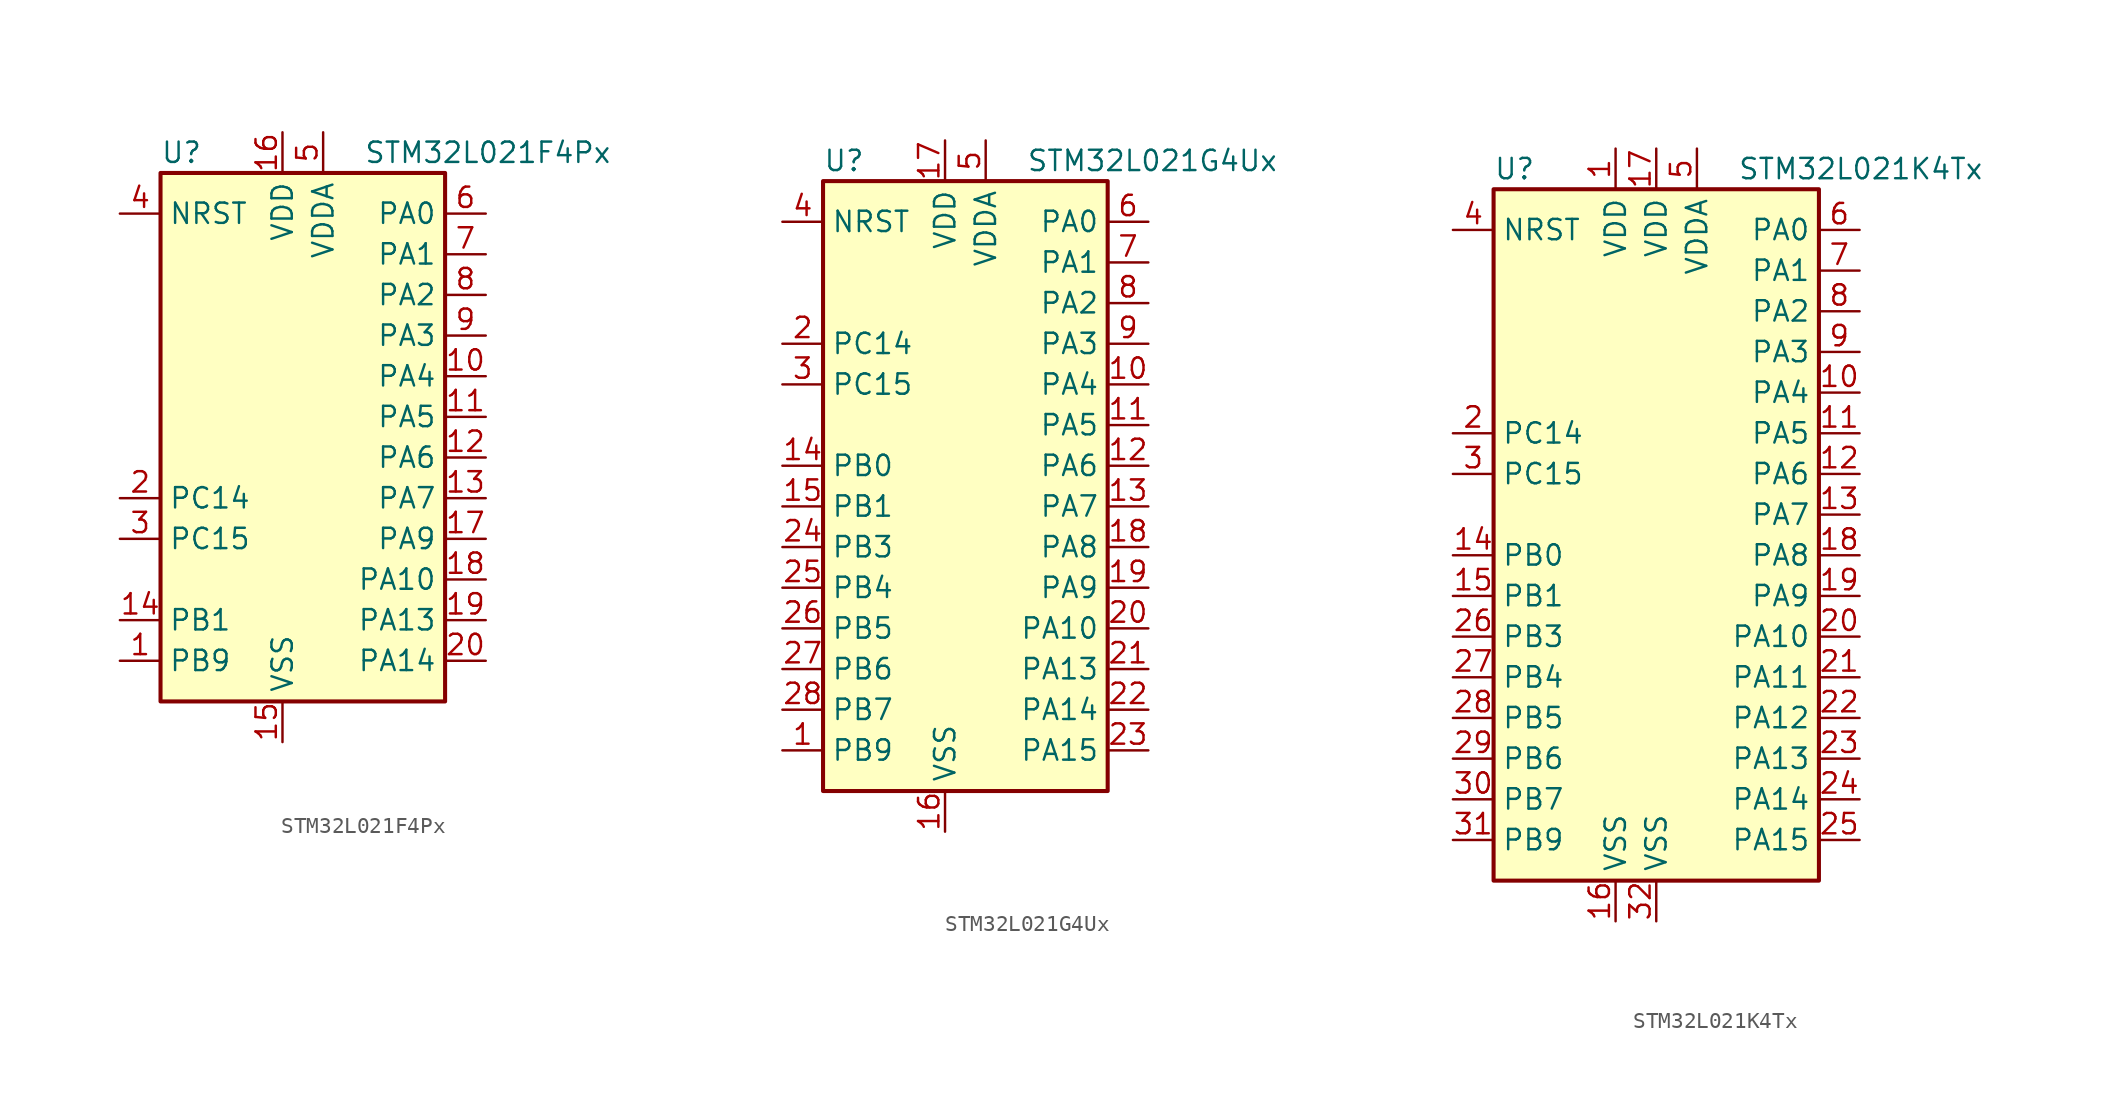
<source format=kicad_sym>
(kicad_symbol_lib
  (version 20201005)
  (generator kicad_symbol_editor)
  (symbol "STM32L021F4Px"
    (property "Reference" "U"
      (at -10.16 16.51 0)
      (effects (font (size 1.27 1.27)) (justify left)))
    (property "Value" "STM32L021F4Px"
      (at 2.54 16.51 0)
      (effects (font (size 1.27 1.27)) (justify left)))
    (symbol "STM32L021F4Px_0_1"
      (rectangle (start -10.16 -17.78) (end 7.62 15.24) (stroke (width 0.254)) (fill (type background))))
    (symbol "STM32L021F4Px_1_1"
      (pin input line (at -12.7 12.7 0) (length 2.54) (name "NRST" (effects (font (size 1.27 1.27)))) (number "4" (effects (font (size 1.27 1.27)))))
      (pin bidirectional line (at 10.16 12.7 180) (length 2.54) (name "PA0" (effects (font (size 1.27 1.27)))) (number "6" (effects (font (size 1.27 1.27)))))
      (pin bidirectional line (at 10.16 10.16 180) (length 2.54) (name "PA1" (effects (font (size 1.27 1.27)))) (number "7" (effects (font (size 1.27 1.27)))))
      (pin bidirectional line (at 10.16 -10.16 180) (length 2.54) (name "PA10" (effects (font (size 1.27 1.27)))) (number "18" (effects (font (size 1.27 1.27)))))
      (pin bidirectional line (at 10.16 -12.7 180) (length 2.54) (name "PA13" (effects (font (size 1.27 1.27)))) (number "19" (effects (font (size 1.27 1.27)))))
      (pin bidirectional line (at 10.16 -15.24 180) (length 2.54) (name "PA14" (effects (font (size 1.27 1.27)))) (number "20" (effects (font (size 1.27 1.27)))))
      (pin bidirectional line (at 10.16 7.62 180) (length 2.54) (name "PA2" (effects (font (size 1.27 1.27)))) (number "8" (effects (font (size 1.27 1.27)))))
      (pin bidirectional line (at 10.16 5.08 180) (length 2.54) (name "PA3" (effects (font (size 1.27 1.27)))) (number "9" (effects (font (size 1.27 1.27)))))
      (pin bidirectional line (at 10.16 2.54 180) (length 2.54) (name "PA4" (effects (font (size 1.27 1.27)))) (number "10" (effects (font (size 1.27 1.27)))))
      (pin bidirectional line (at 10.16 0 180) (length 2.54) (name "PA5" (effects (font (size 1.27 1.27)))) (number "11" (effects (font (size 1.27 1.27)))))
      (pin bidirectional line (at 10.16 -2.54 180) (length 2.54) (name "PA6" (effects (font (size 1.27 1.27)))) (number "12" (effects (font (size 1.27 1.27)))))
      (pin bidirectional line (at 10.16 -5.08 180) (length 2.54) (name "PA7" (effects (font (size 1.27 1.27)))) (number "13" (effects (font (size 1.27 1.27)))))
      (pin bidirectional line (at 10.16 -7.62 180) (length 2.54) (name "PA9" (effects (font (size 1.27 1.27)))) (number "17" (effects (font (size 1.27 1.27)))))
      (pin bidirectional line (at -12.7 -12.7 0) (length 2.54) (name "PB1" (effects (font (size 1.27 1.27)))) (number "14" (effects (font (size 1.27 1.27)))))
      (pin bidirectional line (at -12.7 -15.24 0) (length 2.54) (name "PB9" (effects (font (size 1.27 1.27)))) (number "1" (effects (font (size 1.27 1.27)))))
      (pin bidirectional line (at -12.7 -5.08 0) (length 2.54) (name "PC14" (effects (font (size 1.27 1.27)))) (number "2" (effects (font (size 1.27 1.27)))))
      (pin bidirectional line (at -12.7 -7.62 0) (length 2.54) (name "PC15" (effects (font (size 1.27 1.27)))) (number "3" (effects (font (size 1.27 1.27)))))
      (pin power_in line (at -2.54 17.78 270) (length 2.54) (name "VDD" (effects (font (size 1.27 1.27)))) (number "16" (effects (font (size 1.27 1.27)))))
      (pin power_in line (at 0 17.78 270) (length 2.54) (name "VDDA" (effects (font (size 1.27 1.27)))) (number "5" (effects (font (size 1.27 1.27)))))
      (pin power_in line (at -2.54 -20.32 90) (length 2.54) (name "VSS" (effects (font (size 1.27 1.27)))) (number "15" (effects (font (size 1.27 1.27)))))))
  (symbol "STM32L021G4Ux"
    (property "Reference" "U"
      (at -10.16 19.05 0)
      (effects (font (size 1.27 1.27)) (justify left)))
    (property "Value" "STM32L021G4Ux"
      (at 2.54 19.05 0)
      (effects (font (size 1.27 1.27)) (justify left)))
    (symbol "STM32L021G4Ux_0_1"
      (rectangle (start -10.16 -20.32) (end 7.62 17.78) (stroke (width 0.254)) (fill (type background))))
    (symbol "STM32L021G4Ux_1_1"
      (pin input line (at -12.7 15.24 0) (length 2.54) (name "NRST" (effects (font (size 1.27 1.27)))) (number "4" (effects (font (size 1.27 1.27)))))
      (pin bidirectional line (at 10.16 15.24 180) (length 2.54) (name "PA0" (effects (font (size 1.27 1.27)))) (number "6" (effects (font (size 1.27 1.27)))))
      (pin bidirectional line (at 10.16 12.7 180) (length 2.54) (name "PA1" (effects (font (size 1.27 1.27)))) (number "7" (effects (font (size 1.27 1.27)))))
      (pin bidirectional line (at 10.16 -10.16 180) (length 2.54) (name "PA10" (effects (font (size 1.27 1.27)))) (number "20" (effects (font (size 1.27 1.27)))))
      (pin bidirectional line (at 10.16 -12.7 180) (length 2.54) (name "PA13" (effects (font (size 1.27 1.27)))) (number "21" (effects (font (size 1.27 1.27)))))
      (pin bidirectional line (at 10.16 -15.24 180) (length 2.54) (name "PA14" (effects (font (size 1.27 1.27)))) (number "22" (effects (font (size 1.27 1.27)))))
      (pin bidirectional line (at 10.16 -17.78 180) (length 2.54) (name "PA15" (effects (font (size 1.27 1.27)))) (number "23" (effects (font (size 1.27 1.27)))))
      (pin bidirectional line (at 10.16 10.16 180) (length 2.54) (name "PA2" (effects (font (size 1.27 1.27)))) (number "8" (effects (font (size 1.27 1.27)))))
      (pin bidirectional line (at 10.16 7.62 180) (length 2.54) (name "PA3" (effects (font (size 1.27 1.27)))) (number "9" (effects (font (size 1.27 1.27)))))
      (pin bidirectional line (at 10.16 5.08 180) (length 2.54) (name "PA4" (effects (font (size 1.27 1.27)))) (number "10" (effects (font (size 1.27 1.27)))))
      (pin bidirectional line (at 10.16 2.54 180) (length 2.54) (name "PA5" (effects (font (size 1.27 1.27)))) (number "11" (effects (font (size 1.27 1.27)))))
      (pin bidirectional line (at 10.16 0 180) (length 2.54) (name "PA6" (effects (font (size 1.27 1.27)))) (number "12" (effects (font (size 1.27 1.27)))))
      (pin bidirectional line (at 10.16 -2.54 180) (length 2.54) (name "PA7" (effects (font (size 1.27 1.27)))) (number "13" (effects (font (size 1.27 1.27)))))
      (pin bidirectional line (at 10.16 -5.08 180) (length 2.54) (name "PA8" (effects (font (size 1.27 1.27)))) (number "18" (effects (font (size 1.27 1.27)))))
      (pin bidirectional line (at 10.16 -7.62 180) (length 2.54) (name "PA9" (effects (font (size 1.27 1.27)))) (number "19" (effects (font (size 1.27 1.27)))))
      (pin bidirectional line (at -12.7 0 0) (length 2.54) (name "PB0" (effects (font (size 1.27 1.27)))) (number "14" (effects (font (size 1.27 1.27)))))
      (pin bidirectional line (at -12.7 -2.54 0) (length 2.54) (name "PB1" (effects (font (size 1.27 1.27)))) (number "15" (effects (font (size 1.27 1.27)))))
      (pin bidirectional line (at -12.7 -5.08 0) (length 2.54) (name "PB3" (effects (font (size 1.27 1.27)))) (number "24" (effects (font (size 1.27 1.27)))))
      (pin bidirectional line (at -12.7 -7.62 0) (length 2.54) (name "PB4" (effects (font (size 1.27 1.27)))) (number "25" (effects (font (size 1.27 1.27)))))
      (pin bidirectional line (at -12.7 -10.16 0) (length 2.54) (name "PB5" (effects (font (size 1.27 1.27)))) (number "26" (effects (font (size 1.27 1.27)))))
      (pin bidirectional line (at -12.7 -12.7 0) (length 2.54) (name "PB6" (effects (font (size 1.27 1.27)))) (number "27" (effects (font (size 1.27 1.27)))))
      (pin bidirectional line (at -12.7 -15.24 0) (length 2.54) (name "PB7" (effects (font (size 1.27 1.27)))) (number "28" (effects (font (size 1.27 1.27)))))
      (pin bidirectional line (at -12.7 -17.78 0) (length 2.54) (name "PB9" (effects (font (size 1.27 1.27)))) (number "1" (effects (font (size 1.27 1.27)))))
      (pin bidirectional line (at -12.7 7.62 0) (length 2.54) (name "PC14" (effects (font (size 1.27 1.27)))) (number "2" (effects (font (size 1.27 1.27)))))
      (pin bidirectional line (at -12.7 5.08 0) (length 2.54) (name "PC15" (effects (font (size 1.27 1.27)))) (number "3" (effects (font (size 1.27 1.27)))))
      (pin power_in line (at -2.54 20.32 270) (length 2.54) (name "VDD" (effects (font (size 1.27 1.27)))) (number "17" (effects (font (size 1.27 1.27)))))
      (pin power_in line (at 0 20.32 270) (length 2.54) (name "VDDA" (effects (font (size 1.27 1.27)))) (number "5" (effects (font (size 1.27 1.27)))))
      (pin power_in line (at -2.54 -22.86 90) (length 2.54) (name "VSS" (effects (font (size 1.27 1.27)))) (number "16" (effects (font (size 1.27 1.27)))))))
  (symbol "STM32L021K4Tx"
    (property "Reference" "U"
      (at -10.16 21.59 0)
      (effects (font (size 1.27 1.27)) (justify left)))
    (property "Value" "STM32L021K4Tx"
      (at 5.08 21.59 0)
      (effects (font (size 1.27 1.27)) (justify left)))
    (symbol "STM32L021K4Tx_0_1"
      (rectangle (start -10.16 -22.86) (end 10.16 20.32) (stroke (width 0.254)) (fill (type background))))
    (symbol "STM32L021K4Tx_1_1"
      (pin input line (at -12.7 17.78 0) (length 2.54) (name "NRST" (effects (font (size 1.27 1.27)))) (number "4" (effects (font (size 1.27 1.27)))))
      (pin bidirectional line (at 12.7 17.78 180) (length 2.54) (name "PA0" (effects (font (size 1.27 1.27)))) (number "6" (effects (font (size 1.27 1.27)))))
      (pin bidirectional line (at 12.7 15.24 180) (length 2.54) (name "PA1" (effects (font (size 1.27 1.27)))) (number "7" (effects (font (size 1.27 1.27)))))
      (pin bidirectional line (at 12.7 -7.62 180) (length 2.54) (name "PA10" (effects (font (size 1.27 1.27)))) (number "20" (effects (font (size 1.27 1.27)))))
      (pin bidirectional line (at 12.7 -10.16 180) (length 2.54) (name "PA11" (effects (font (size 1.27 1.27)))) (number "21" (effects (font (size 1.27 1.27)))))
      (pin bidirectional line (at 12.7 -12.7 180) (length 2.54) (name "PA12" (effects (font (size 1.27 1.27)))) (number "22" (effects (font (size 1.27 1.27)))))
      (pin bidirectional line (at 12.7 -15.24 180) (length 2.54) (name "PA13" (effects (font (size 1.27 1.27)))) (number "23" (effects (font (size 1.27 1.27)))))
      (pin bidirectional line (at 12.7 -17.78 180) (length 2.54) (name "PA14" (effects (font (size 1.27 1.27)))) (number "24" (effects (font (size 1.27 1.27)))))
      (pin bidirectional line (at 12.7 -20.32 180) (length 2.54) (name "PA15" (effects (font (size 1.27 1.27)))) (number "25" (effects (font (size 1.27 1.27)))))
      (pin bidirectional line (at 12.7 12.7 180) (length 2.54) (name "PA2" (effects (font (size 1.27 1.27)))) (number "8" (effects (font (size 1.27 1.27)))))
      (pin bidirectional line (at 12.7 10.16 180) (length 2.54) (name "PA3" (effects (font (size 1.27 1.27)))) (number "9" (effects (font (size 1.27 1.27)))))
      (pin bidirectional line (at 12.7 7.62 180) (length 2.54) (name "PA4" (effects (font (size 1.27 1.27)))) (number "10" (effects (font (size 1.27 1.27)))))
      (pin bidirectional line (at 12.7 5.08 180) (length 2.54) (name "PA5" (effects (font (size 1.27 1.27)))) (number "11" (effects (font (size 1.27 1.27)))))
      (pin bidirectional line (at 12.7 2.54 180) (length 2.54) (name "PA6" (effects (font (size 1.27 1.27)))) (number "12" (effects (font (size 1.27 1.27)))))
      (pin bidirectional line (at 12.7 0 180) (length 2.54) (name "PA7" (effects (font (size 1.27 1.27)))) (number "13" (effects (font (size 1.27 1.27)))))
      (pin bidirectional line (at 12.7 -2.54 180) (length 2.54) (name "PA8" (effects (font (size 1.27 1.27)))) (number "18" (effects (font (size 1.27 1.27)))))
      (pin bidirectional line (at 12.7 -5.08 180) (length 2.54) (name "PA9" (effects (font (size 1.27 1.27)))) (number "19" (effects (font (size 1.27 1.27)))))
      (pin bidirectional line (at -12.7 -2.54 0) (length 2.54) (name "PB0" (effects (font (size 1.27 1.27)))) (number "14" (effects (font (size 1.27 1.27)))))
      (pin bidirectional line (at -12.7 -5.08 0) (length 2.54) (name "PB1" (effects (font (size 1.27 1.27)))) (number "15" (effects (font (size 1.27 1.27)))))
      (pin bidirectional line (at -12.7 -7.62 0) (length 2.54) (name "PB3" (effects (font (size 1.27 1.27)))) (number "26" (effects (font (size 1.27 1.27)))))
      (pin bidirectional line (at -12.7 -10.16 0) (length 2.54) (name "PB4" (effects (font (size 1.27 1.27)))) (number "27" (effects (font (size 1.27 1.27)))))
      (pin bidirectional line (at -12.7 -12.7 0) (length 2.54) (name "PB5" (effects (font (size 1.27 1.27)))) (number "28" (effects (font (size 1.27 1.27)))))
      (pin bidirectional line (at -12.7 -15.24 0) (length 2.54) (name "PB6" (effects (font (size 1.27 1.27)))) (number "29" (effects (font (size 1.27 1.27)))))
      (pin bidirectional line (at -12.7 -17.78 0) (length 2.54) (name "PB7" (effects (font (size 1.27 1.27)))) (number "30" (effects (font (size 1.27 1.27)))))
      (pin bidirectional line (at -12.7 -20.32 0) (length 2.54) (name "PB9" (effects (font (size 1.27 1.27)))) (number "31" (effects (font (size 1.27 1.27)))))
      (pin bidirectional line (at -12.7 5.08 0) (length 2.54) (name "PC14" (effects (font (size 1.27 1.27)))) (number "2" (effects (font (size 1.27 1.27)))))
      (pin bidirectional line (at -12.7 2.54 0) (length 2.54) (name "PC15" (effects (font (size 1.27 1.27)))) (number "3" (effects (font (size 1.27 1.27)))))
      (pin power_in line (at -2.54 22.86 270) (length 2.54) (name "VDD" (effects (font (size 1.27 1.27)))) (number "1" (effects (font (size 1.27 1.27)))))
      (pin power_in line (at 0 22.86 270) (length 2.54) (name "VDD" (effects (font (size 1.27 1.27)))) (number "17" (effects (font (size 1.27 1.27)))))
      (pin power_in line (at 2.54 22.86 270) (length 2.54) (name "VDDA" (effects (font (size 1.27 1.27)))) (number "5" (effects (font (size 1.27 1.27)))))
      (pin power_in line (at -2.54 -25.4 90) (length 2.54) (name "VSS" (effects (font (size 1.27 1.27)))) (number "16" (effects (font (size 1.27 1.27)))))
      (pin power_in line (at 0 -25.4 90) (length 2.54) (name "VSS" (effects (font (size 1.27 1.27)))) (number "32" (effects (font (size 1.27 1.27))))))))
</source>
